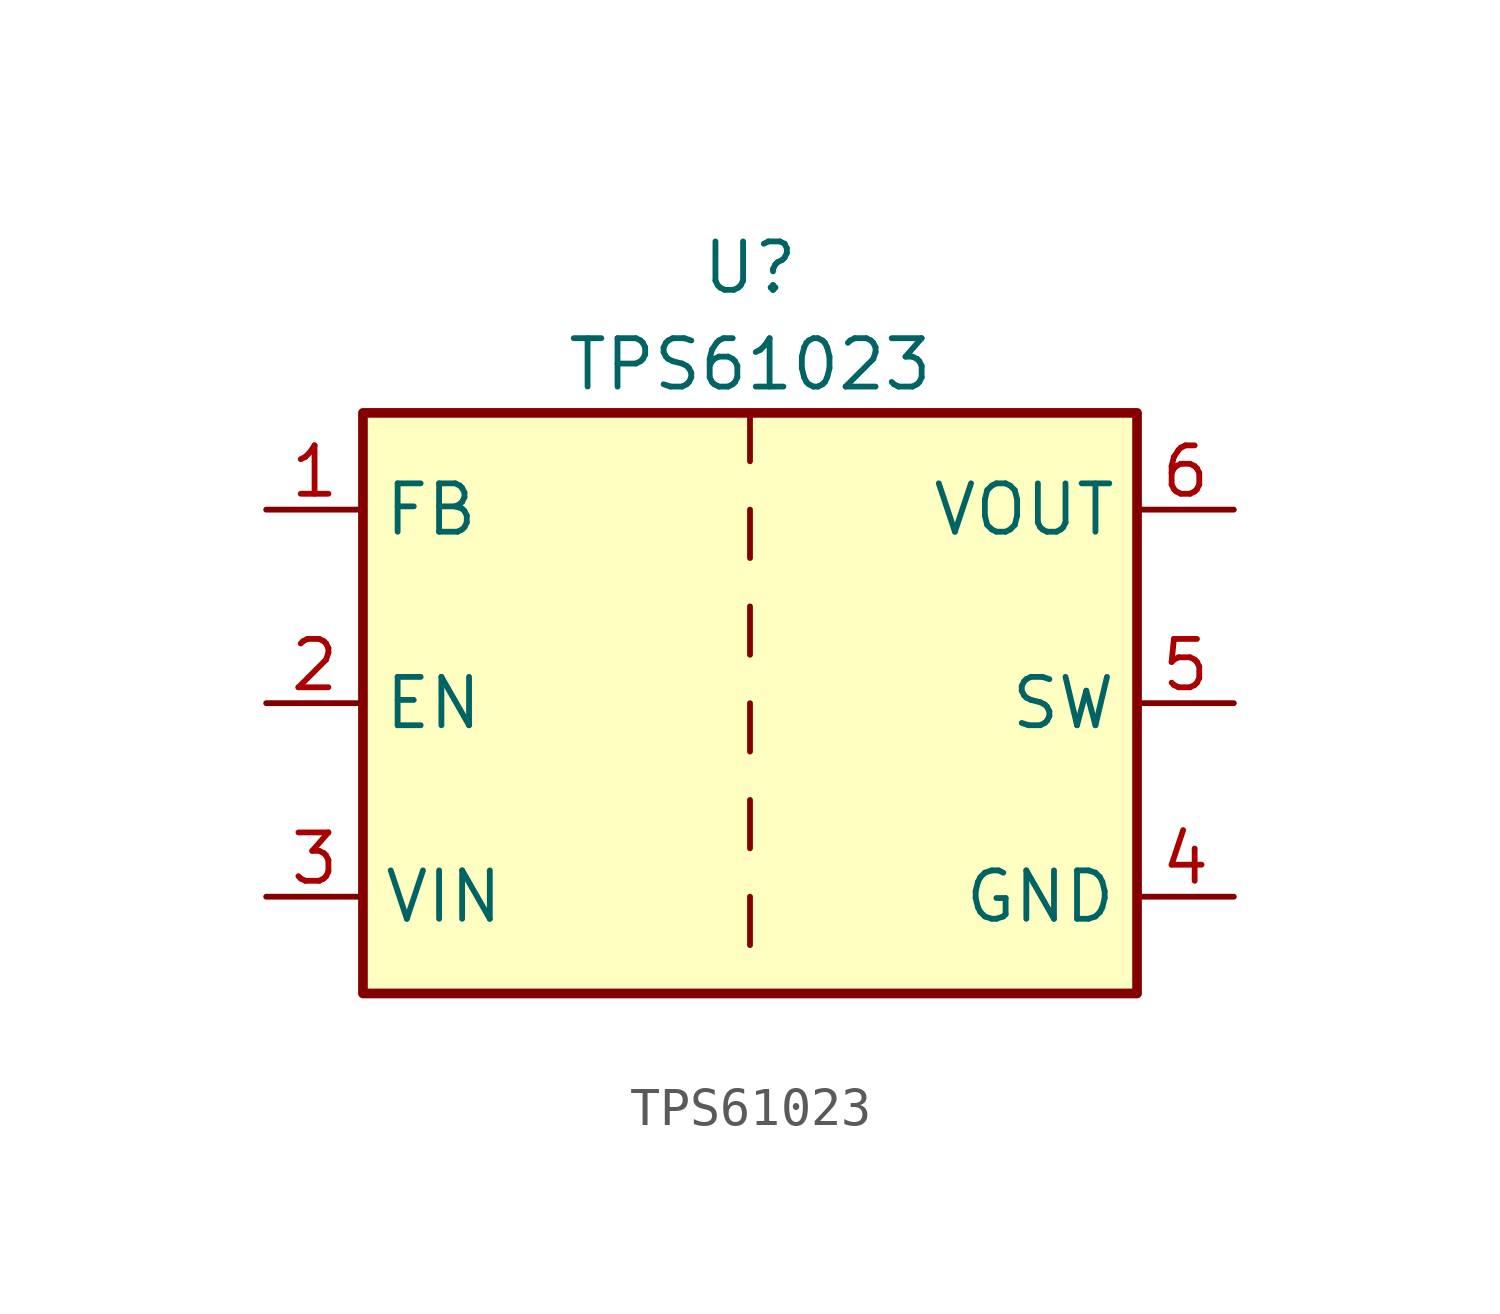
<source format=kicad_sym>
(kicad_symbol_lib
  (version 20241209)
  (generator "kicad_symbol_editor")
  (generator_version "9.0")
  (symbol "TPS61023"
    (property "Reference" "U"
      (at 0 11.43 0)
      (effects (font (size 1.27 1.27))))
    (property "Value" "TPS61023"
      (at 0 8.89 0)
      (effects (font (size 1.27 1.27))))
    (symbol "TPS61023_0_1"
      (rectangle (start -10.16 7.62) (end 10.16 -7.62) (stroke (width 0.254) (type default)) (fill (type background)))
      (polyline (pts (xy 0 7.62) (xy 0 6.35)) (stroke (width 0) (type default)) (fill (type none)))
      (polyline (pts (xy 0 5.08) (xy 0 3.81)) (stroke (width 0) (type default)) (fill (type none)))
      (polyline (pts (xy 0 2.54) (xy 0 1.27)) (stroke (width 0) (type default)) (fill (type none)))
      (polyline (pts (xy 0 0) (xy 0 -1.27)) (stroke (width 0) (type default)) (fill (type none)))
      (polyline (pts (xy 0 -2.54) (xy 0 -3.81)) (stroke (width 0) (type default)) (fill (type none)))
      (polyline (pts (xy 0 -5.08) (xy 0 -6.35)) (stroke (width 0) (type default)) (fill (type none))))
    (symbol "TPS61023_1_1"
      (pin input line (at -12.7 5.08 0) (length 2.54) (name "FB" (effects (font (size 1.27 1.27)))) (number "1" (effects (font (size 1.27 1.27)))))
      (pin input line (at -12.7 0 0) (length 2.54) (name "EN" (effects (font (size 1.27 1.27)))) (number "2" (effects (font (size 1.27 1.27)))))
      (pin power_in line (at -12.7 -5.08 0) (length 2.54) (name "VIN" (effects (font (size 1.27 1.27)))) (number "3" (effects (font (size 1.27 1.27)))))
      (pin power_out line (at 12.7 5.08 180) (length 2.54) (name "VOUT" (effects (font (size 1.27 1.27)))) (number "6" (effects (font (size 1.27 1.27)))))
      (pin input line (at 12.7 0 180) (length 2.54) (name "SW" (effects (font (size 1.27 1.27)))) (number "5" (effects (font (size 1.27 1.27)))))
      (pin power_in line (at 12.7 -5.08 180) (length 2.54) (name "GND" (effects (font (size 1.27 1.27)))) (number "4" (effects (font (size 1.27 1.27))))))))
</source>
